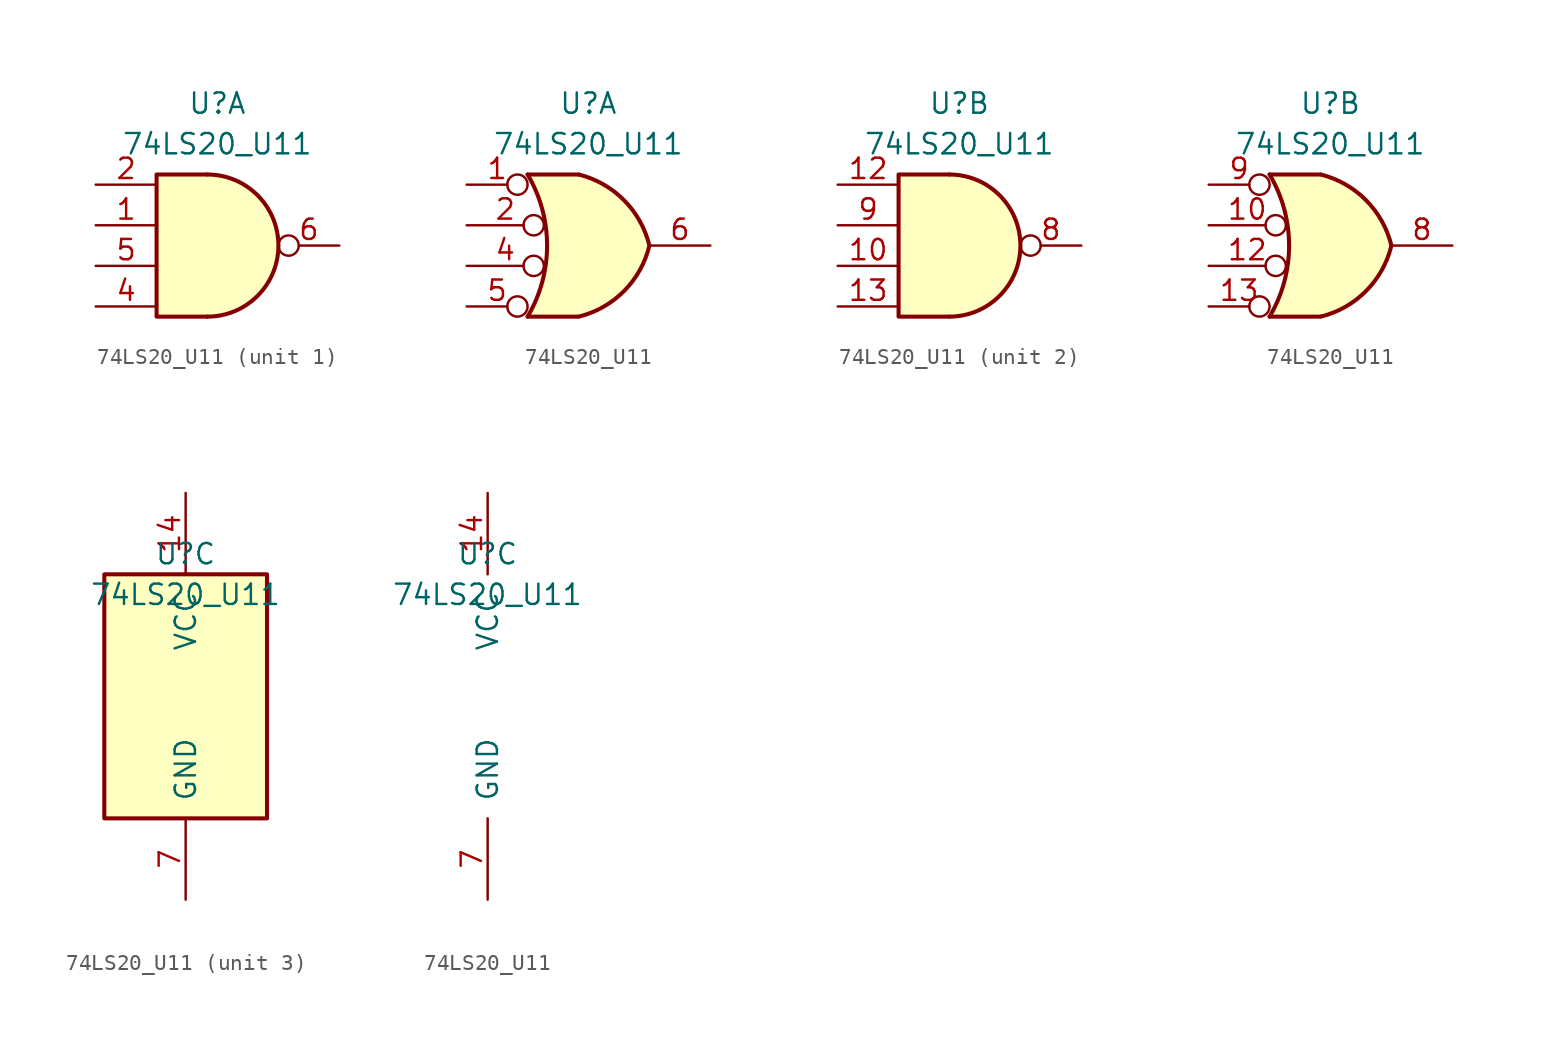
<source format=kicad_sym>
(kicad_symbol_lib
  (version 20220914)
  (generator kicad_symbol_editor)
  (symbol "74LS20_U11"
    (pin_names
      (offset 1.016))
    (property "Reference" "U"
      (at -0.01 8.89 0)
      (effects (font (size 1.27 1.27))))
    (property "Value" "74LS20_U11"
      (at -0.01 6.35 0)
      (effects (font (size 1.27 1.27))))
    (property "ki_locked" ""
      (at 0 0 0)
      (effects (font (size 1.27 1.27))))
    (symbol "74LS20_U11_1_1"
      (arc (start -0.635 -4.445) (mid 3.7907 0) (end -0.635 4.445) (stroke (width 0.254) (type default)) (fill (type background)))
      (polyline (pts (xy -0.635 4.445) (xy -3.81 4.445) (xy -3.81 -4.445) (xy -0.635 -4.445)) (stroke (width 0.254) (type default)) (fill (type background)))
      (pin input line (at -7.62 1.27 0) (length 3.81) (name "~" (effects (font (size 1.27 1.27)))) (number "1" (effects (font (size 1.27 1.27)))))
      (pin input line (at -7.62 3.81 0) (length 3.81) (name "~" (effects (font (size 1.27 1.27)))) (number "2" (effects (font (size 1.27 1.27)))))
      (pin input line (at -7.62 -3.81 0) (length 3.81) (name "~" (effects (font (size 1.27 1.27)))) (number "4" (effects (font (size 1.27 1.27)))))
      (pin input line (at -7.62 -1.27 0) (length 3.81) (name "~" (effects (font (size 1.27 1.27)))) (number "5" (effects (font (size 1.27 1.27)))))
      (pin output inverted (at 7.62 0 180) (length 3.81) (name "~" (effects (font (size 1.27 1.27)))) (number "6" (effects (font (size 1.27 1.27))))))
    (symbol "74LS20_U11_1_2"
      (arc (start -3.81 -4.445) (mid -2.5908 0) (end -3.81 4.445) (stroke (width 0.254) (type default)) (fill (type none)))
      (arc (start -0.6096 -4.445) (mid 2.2246 -2.8422) (end 3.81 0) (stroke (width 0.254) (type default)) (fill (type background)))
      (polyline (pts (xy -3.81 -4.445) (xy -0.635 -4.445)) (stroke (width 0.254) (type default)) (fill (type background)))
      (polyline (pts (xy -3.81 4.445) (xy -0.635 4.445)) (stroke (width 0.254) (type default)) (fill (type background)))
      (polyline (pts (xy -0.635 4.445) (xy -3.81 4.445) (xy -3.81 4.445) (xy -3.632 4.089) (xy -3.099 2.921) (xy -2.769 1.676) (xy -2.616 0.432) (xy -2.642 -0.864) (xy -2.87 -2.108) (xy -3.251 -3.327) (xy -3.81 -4.445) (xy -3.81 -4.445) (xy -0.635 -4.445)) (stroke (width -25.4) (type default)) (fill (type background)))
      (arc (start 3.81 0) (mid 2.2204 2.8379) (end -0.6096 4.445) (stroke (width 0.254) (type default)) (fill (type background)))
      (pin input inverted (at -7.62 3.81 0) (length 3.81) (name "~" (effects (font (size 1.27 1.27)))) (number "1" (effects (font (size 1.27 1.27)))))
      (pin input inverted (at -7.62 1.27 0) (length 4.826) (name "~" (effects (font (size 1.27 1.27)))) (number "2" (effects (font (size 1.27 1.27)))))
      (pin input inverted (at -7.62 -1.27 0) (length 4.826) (name "~" (effects (font (size 1.27 1.27)))) (number "4" (effects (font (size 1.27 1.27)))))
      (pin input inverted (at -7.62 -3.81 0) (length 3.81) (name "~" (effects (font (size 1.27 1.27)))) (number "5" (effects (font (size 1.27 1.27)))))
      (pin output line (at 7.62 0 180) (length 3.81) (name "~" (effects (font (size 1.27 1.27)))) (number "6" (effects (font (size 1.27 1.27))))))
    (symbol "74LS20_U11_2_1"
      (arc (start -0.635 -4.445) (mid 3.7907 0) (end -0.635 4.445) (stroke (width 0.254) (type default)) (fill (type background)))
      (polyline (pts (xy -0.635 4.445) (xy -3.81 4.445) (xy -3.81 -4.445) (xy -0.635 -4.445)) (stroke (width 0.254) (type default)) (fill (type background)))
      (pin input line (at -7.62 -1.27 0) (length 3.81) (name "~" (effects (font (size 1.27 1.27)))) (number "10" (effects (font (size 1.27 1.27)))))
      (pin input line (at -7.62 3.81 0) (length 3.81) (name "~" (effects (font (size 1.27 1.27)))) (number "12" (effects (font (size 1.27 1.27)))))
      (pin input line (at -7.62 -3.81 0) (length 3.81) (name "~" (effects (font (size 1.27 1.27)))) (number "13" (effects (font (size 1.27 1.27)))))
      (pin output inverted (at 7.62 0 180) (length 3.81) (name "~" (effects (font (size 1.27 1.27)))) (number "8" (effects (font (size 1.27 1.27)))))
      (pin input line (at -7.62 1.27 0) (length 3.81) (name "~" (effects (font (size 1.27 1.27)))) (number "9" (effects (font (size 1.27 1.27))))))
    (symbol "74LS20_U11_2_2"
      (arc (start -3.81 -4.445) (mid -2.5908 0) (end -3.81 4.445) (stroke (width 0.254) (type default)) (fill (type none)))
      (arc (start -0.6096 -4.445) (mid 2.2246 -2.8422) (end 3.81 0) (stroke (width 0.254) (type default)) (fill (type background)))
      (polyline (pts (xy -3.81 -4.445) (xy -0.635 -4.445)) (stroke (width 0.254) (type default)) (fill (type background)))
      (polyline (pts (xy -3.81 4.445) (xy -0.635 4.445)) (stroke (width 0.254) (type default)) (fill (type background)))
      (polyline (pts (xy -0.635 4.445) (xy -3.81 4.445) (xy -3.81 4.445) (xy -3.632 4.089) (xy -3.099 2.921) (xy -2.769 1.676) (xy -2.616 0.432) (xy -2.642 -0.864) (xy -2.87 -2.108) (xy -3.251 -3.327) (xy -3.81 -4.445) (xy -3.81 -4.445) (xy -0.635 -4.445)) (stroke (width -25.4) (type default)) (fill (type background)))
      (arc (start 3.81 0) (mid 2.2204 2.8379) (end -0.6096 4.445) (stroke (width 0.254) (type default)) (fill (type background)))
      (pin input inverted (at -7.62 1.27 0) (length 4.826) (name "~" (effects (font (size 1.27 1.27)))) (number "10" (effects (font (size 1.27 1.27)))))
      (pin input inverted (at -7.62 -1.27 0) (length 4.826) (name "~" (effects (font (size 1.27 1.27)))) (number "12" (effects (font (size 1.27 1.27)))))
      (pin input inverted (at -7.62 -3.81 0) (length 3.81) (name "~" (effects (font (size 1.27 1.27)))) (number "13" (effects (font (size 1.27 1.27)))))
      (pin output line (at 7.62 0 180) (length 3.81) (name "~" (effects (font (size 1.27 1.27)))) (number "8" (effects (font (size 1.27 1.27)))))
      (pin input inverted (at -7.62 3.81 0) (length 3.81) (name "~" (effects (font (size 1.27 1.27)))) (number "9" (effects (font (size 1.27 1.27))))))
    (symbol "74LS20_U11_3_0"
      (pin power_in line (at 0 12.7 270) (length 5.08) (name "VCC" (effects (font (size 1.27 1.27)))) (number "14" (effects (font (size 1.27 1.27)))))
      (pin power_in line (at 0 -12.7 90) (length 5.08) (name "GND" (effects (font (size 1.27 1.27)))) (number "7" (effects (font (size 1.27 1.27))))))
    (symbol "74LS20_U11_3_1"
      (rectangle (start -5.08 7.62) (end 5.08 -7.62) (stroke (width 0.254) (type default)) (fill (type background))))))
</source>
